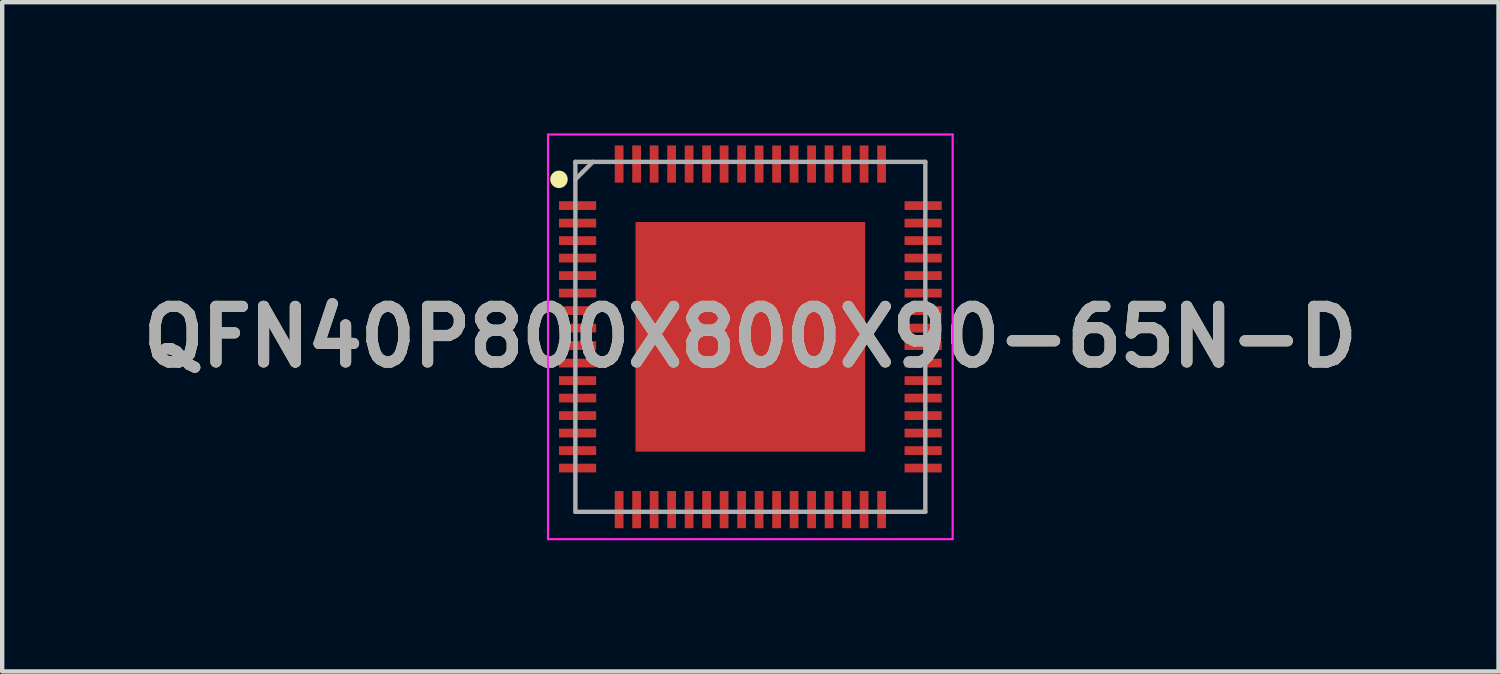
<source format=kicad_pcb>
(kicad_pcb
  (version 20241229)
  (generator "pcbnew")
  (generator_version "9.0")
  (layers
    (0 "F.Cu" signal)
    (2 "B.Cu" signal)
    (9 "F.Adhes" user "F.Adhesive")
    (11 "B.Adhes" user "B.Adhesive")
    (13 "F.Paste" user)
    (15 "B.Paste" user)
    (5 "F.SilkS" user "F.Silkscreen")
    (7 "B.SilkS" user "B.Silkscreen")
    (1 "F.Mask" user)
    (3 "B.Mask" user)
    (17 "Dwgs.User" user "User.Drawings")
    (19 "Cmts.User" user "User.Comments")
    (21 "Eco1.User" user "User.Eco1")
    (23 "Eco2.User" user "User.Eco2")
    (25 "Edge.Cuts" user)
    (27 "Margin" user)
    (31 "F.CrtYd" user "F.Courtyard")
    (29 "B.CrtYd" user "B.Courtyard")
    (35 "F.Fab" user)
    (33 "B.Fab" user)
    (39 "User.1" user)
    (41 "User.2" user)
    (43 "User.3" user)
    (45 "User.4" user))
  (footprint "QFN40P800X800X90-65N-D"
    (layer "F.Cu")
    (at 14.103 4.65)
    (property "Reference" "QFN40P800X800X90-65N-D" (at 0 0 0) (layer "F.SilkS") (effects (font (size 1.27 1.27) (thickness 0.254))))
    (attr smd)
    (fp_circle (center -4.375 -3.6) (end -4.375 -3.5) (stroke (width 0.2) (type solid)) (fill no) (layer "F.SilkS"))
    (fp_line (start -4.625 -4.625) (end 4.625 -4.625) (stroke (width 0.05) (type solid)) (layer "F.CrtYd"))
    (fp_line (start -4.625 4.625) (end -4.625 -4.625) (stroke (width 0.05) (type solid)) (layer "F.CrtYd"))
    (fp_line (start 4.625 -4.625) (end 4.625 4.625) (stroke (width 0.05) (type solid)) (layer "F.CrtYd"))
    (fp_line (start 4.625 4.625) (end -4.625 4.625) (stroke (width 0.05) (type solid)) (layer "F.CrtYd"))
    (fp_line (start -4 -4) (end 4 -4) (stroke (width 0.1) (type solid)) (layer "F.Fab"))
    (fp_line (start -4 -3.6) (end -3.6 -4) (stroke (width 0.1) (type solid)) (layer "F.Fab"))
    (fp_line (start -4 4) (end -4 -4) (stroke (width 0.1) (type solid)) (layer "F.Fab"))
    (fp_line (start 4 -4) (end 4 4) (stroke (width 0.1) (type solid)) (layer "F.Fab"))
    (fp_line (start 4 4) (end -4 4) (stroke (width 0.1) (type solid)) (layer "F.Fab"))
    (fp_text user "${REFERENCE}" (at 0 0 0) (layer "F.Fab") (effects (font (size 1.27 1.27) (thickness 0.254))))
    (pad "1" smd rect (at -3.95 -3 90) (size 0.2 0.85) (layers "F.Cu" "F.Mask" "F.Paste"))
    (pad "2" smd rect (at -3.95 -2.6 90) (size 0.2 0.85) (layers "F.Cu" "F.Mask" "F.Paste"))
    (pad "3" smd rect (at -3.95 -2.2 90) (size 0.2 0.85) (layers "F.Cu" "F.Mask" "F.Paste"))
    (pad "4" smd rect (at -3.95 -1.8 90) (size 0.2 0.85) (layers "F.Cu" "F.Mask" "F.Paste"))
    (pad "5" smd rect (at -3.95 -1.4 90) (size 0.2 0.85) (layers "F.Cu" "F.Mask" "F.Paste"))
    (pad "6" smd rect (at -3.95 -1 90) (size 0.2 0.85) (layers "F.Cu" "F.Mask" "F.Paste"))
    (pad "7" smd rect (at -3.95 -0.6 90) (size 0.2 0.85) (layers "F.Cu" "F.Mask" "F.Paste"))
    (pad "8" smd rect (at -3.95 -0.2 90) (size 0.2 0.85) (layers "F.Cu" "F.Mask" "F.Paste"))
    (pad "9" smd rect (at -3.95 0.2 90) (size 0.2 0.85) (layers "F.Cu" "F.Mask" "F.Paste"))
    (pad "10" smd rect (at -3.95 0.6 90) (size 0.2 0.85) (layers "F.Cu" "F.Mask" "F.Paste"))
    (pad "11" smd rect (at -3.95 1 90) (size 0.2 0.85) (layers "F.Cu" "F.Mask" "F.Paste"))
    (pad "12" smd rect (at -3.95 1.4 90) (size 0.2 0.85) (layers "F.Cu" "F.Mask" "F.Paste"))
    (pad "13" smd rect (at -3.95 1.8 90) (size 0.2 0.85) (layers "F.Cu" "F.Mask" "F.Paste"))
    (pad "14" smd rect (at -3.95 2.2 90) (size 0.2 0.85) (layers "F.Cu" "F.Mask" "F.Paste"))
    (pad "15" smd rect (at -3.95 2.6 90) (size 0.2 0.85) (layers "F.Cu" "F.Mask" "F.Paste"))
    (pad "16" smd rect (at -3.95 3 90) (size 0.2 0.85) (layers "F.Cu" "F.Mask" "F.Paste"))
    (pad "17" smd rect (at -3 3.95) (size 0.2 0.85) (layers "F.Cu" "F.Mask" "F.Paste"))
    (pad "18" smd rect (at -2.6 3.95) (size 0.2 0.85) (layers "F.Cu" "F.Mask" "F.Paste"))
    (pad "19" smd rect (at -2.2 3.95) (size 0.2 0.85) (layers "F.Cu" "F.Mask" "F.Paste"))
    (pad "20" smd rect (at -1.8 3.95) (size 0.2 0.85) (layers "F.Cu" "F.Mask" "F.Paste"))
    (pad "21" smd rect (at -1.4 3.95) (size 0.2 0.85) (layers "F.Cu" "F.Mask" "F.Paste"))
    (pad "22" smd rect (at -1 3.95) (size 0.2 0.85) (layers "F.Cu" "F.Mask" "F.Paste"))
    (pad "23" smd rect (at -0.6 3.95) (size 0.2 0.85) (layers "F.Cu" "F.Mask" "F.Paste"))
    (pad "24" smd rect (at -0.2 3.95) (size 0.2 0.85) (layers "F.Cu" "F.Mask" "F.Paste"))
    (pad "25" smd rect (at 0.2 3.95) (size 0.2 0.85) (layers "F.Cu" "F.Mask" "F.Paste"))
    (pad "26" smd rect (at 0.6 3.95) (size 0.2 0.85) (layers "F.Cu" "F.Mask" "F.Paste"))
    (pad "27" smd rect (at 1 3.95) (size 0.2 0.85) (layers "F.Cu" "F.Mask" "F.Paste"))
    (pad "28" smd rect (at 1.4 3.95) (size 0.2 0.85) (layers "F.Cu" "F.Mask" "F.Paste"))
    (pad "29" smd rect (at 1.8 3.95) (size 0.2 0.85) (layers "F.Cu" "F.Mask" "F.Paste"))
    (pad "30" smd rect (at 2.2 3.95) (size 0.2 0.85) (layers "F.Cu" "F.Mask" "F.Paste"))
    (pad "31" smd rect (at 2.6 3.95) (size 0.2 0.85) (layers "F.Cu" "F.Mask" "F.Paste"))
    (pad "32" smd rect (at 3 3.95) (size 0.2 0.85) (layers "F.Cu" "F.Mask" "F.Paste"))
    (pad "33" smd rect (at 3.95 3 90) (size 0.2 0.85) (layers "F.Cu" "F.Mask" "F.Paste"))
    (pad "34" smd rect (at 3.95 2.6 90) (size 0.2 0.85) (layers "F.Cu" "F.Mask" "F.Paste"))
    (pad "35" smd rect (at 3.95 2.2 90) (size 0.2 0.85) (layers "F.Cu" "F.Mask" "F.Paste"))
    (pad "36" smd rect (at 3.95 1.8 90) (size 0.2 0.85) (layers "F.Cu" "F.Mask" "F.Paste"))
    (pad "37" smd rect (at 3.95 1.4 90) (size 0.2 0.85) (layers "F.Cu" "F.Mask" "F.Paste"))
    (pad "38" smd rect (at 3.95 1 90) (size 0.2 0.85) (layers "F.Cu" "F.Mask" "F.Paste"))
    (pad "39" smd rect (at 3.95 0.6 90) (size 0.2 0.85) (layers "F.Cu" "F.Mask" "F.Paste"))
    (pad "40" smd rect (at 3.95 0.2 90) (size 0.2 0.85) (layers "F.Cu" "F.Mask" "F.Paste"))
    (pad "41" smd rect (at 3.95 -0.2 90) (size 0.2 0.85) (layers "F.Cu" "F.Mask" "F.Paste"))
    (pad "42" smd rect (at 3.95 -0.6 90) (size 0.2 0.85) (layers "F.Cu" "F.Mask" "F.Paste"))
    (pad "43" smd rect (at 3.95 -1 90) (size 0.2 0.85) (layers "F.Cu" "F.Mask" "F.Paste"))
    (pad "44" smd rect (at 3.95 -1.4 90) (size 0.2 0.85) (layers "F.Cu" "F.Mask" "F.Paste"))
    (pad "45" smd rect (at 3.95 -1.8 90) (size 0.2 0.85) (layers "F.Cu" "F.Mask" "F.Paste"))
    (pad "46" smd rect (at 3.95 -2.2 90) (size 0.2 0.85) (layers "F.Cu" "F.Mask" "F.Paste"))
    (pad "47" smd rect (at 3.95 -2.6 90) (size 0.2 0.85) (layers "F.Cu" "F.Mask" "F.Paste"))
    (pad "48" smd rect (at 3.95 -3 90) (size 0.2 0.85) (layers "F.Cu" "F.Mask" "F.Paste"))
    (pad "49" smd rect (at 3 -3.95) (size 0.2 0.85) (layers "F.Cu" "F.Mask" "F.Paste"))
    (pad "50" smd rect (at 2.6 -3.95) (size 0.2 0.85) (layers "F.Cu" "F.Mask" "F.Paste"))
    (pad "51" smd rect (at 2.2 -3.95) (size 0.2 0.85) (layers "F.Cu" "F.Mask" "F.Paste"))
    (pad "52" smd rect (at 1.8 -3.95) (size 0.2 0.85) (layers "F.Cu" "F.Mask" "F.Paste"))
    (pad "53" smd rect (at 1.4 -3.95) (size 0.2 0.85) (layers "F.Cu" "F.Mask" "F.Paste"))
    (pad "54" smd rect (at 1 -3.95) (size 0.2 0.85) (layers "F.Cu" "F.Mask" "F.Paste"))
    (pad "55" smd rect (at 0.6 -3.95) (size 0.2 0.85) (layers "F.Cu" "F.Mask" "F.Paste"))
    (pad "56" smd rect (at 0.2 -3.95) (size 0.2 0.85) (layers "F.Cu" "F.Mask" "F.Paste"))
    (pad "57" smd rect (at -0.2 -3.95) (size 0.2 0.85) (layers "F.Cu" "F.Mask" "F.Paste"))
    (pad "58" smd rect (at -0.6 -3.95) (size 0.2 0.85) (layers "F.Cu" "F.Mask" "F.Paste"))
    (pad "59" smd rect (at -1 -3.95) (size 0.2 0.85) (layers "F.Cu" "F.Mask" "F.Paste"))
    (pad "60" smd rect (at -1.4 -3.95) (size 0.2 0.85) (layers "F.Cu" "F.Mask" "F.Paste"))
    (pad "61" smd rect (at -1.8 -3.95) (size 0.2 0.85) (layers "F.Cu" "F.Mask" "F.Paste"))
    (pad "62" smd rect (at -2.2 -3.95) (size 0.2 0.85) (layers "F.Cu" "F.Mask" "F.Paste"))
    (pad "63" smd rect (at -2.6 -3.95) (size 0.2 0.85) (layers "F.Cu" "F.Mask" "F.Paste"))
    (pad "64" smd rect (at -3 -3.95) (size 0.2 0.85) (layers "F.Cu" "F.Mask" "F.Paste"))
    (pad "65" smd rect (at 0 0) (size 5.25 5.25) (layers "F.Cu" "F.Mask" "F.Paste")))
  (gr_rect
    (start -3 -3)
    (end 31.206 12.3)
    (stroke (width 0.1) (type default))
    (fill no)
    (layer "Edge.Cuts")))
</source>
